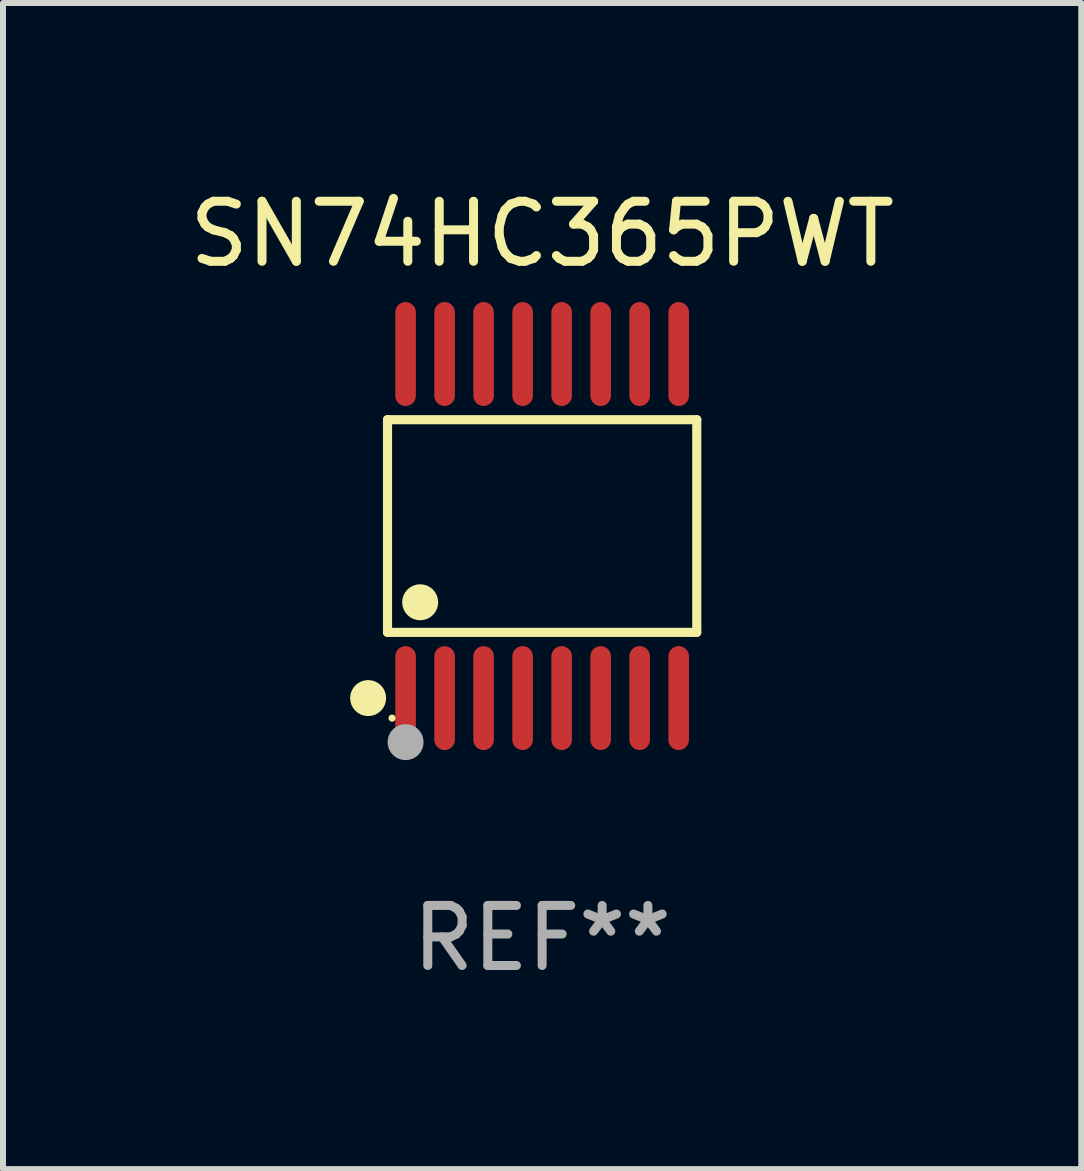
<source format=kicad_pcb>
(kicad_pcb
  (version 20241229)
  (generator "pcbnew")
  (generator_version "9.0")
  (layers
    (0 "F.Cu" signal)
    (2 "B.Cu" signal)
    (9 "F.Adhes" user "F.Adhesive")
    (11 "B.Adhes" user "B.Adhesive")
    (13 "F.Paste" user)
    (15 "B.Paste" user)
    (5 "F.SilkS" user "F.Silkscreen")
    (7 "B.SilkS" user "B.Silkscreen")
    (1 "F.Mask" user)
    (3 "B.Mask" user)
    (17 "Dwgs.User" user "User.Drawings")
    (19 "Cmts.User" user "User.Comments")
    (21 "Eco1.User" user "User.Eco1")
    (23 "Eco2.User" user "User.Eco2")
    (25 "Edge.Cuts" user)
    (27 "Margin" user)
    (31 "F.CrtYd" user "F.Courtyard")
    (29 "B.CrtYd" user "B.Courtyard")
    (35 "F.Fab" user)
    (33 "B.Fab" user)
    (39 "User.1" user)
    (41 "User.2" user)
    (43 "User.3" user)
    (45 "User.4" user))
  (footprint "SN74HC365PWT"
    (layer "F.Cu")
    (at 5.982 5.714)
    (property "Reference" "SN74HC365PWT" (at 0 -4.866 0) (layer "F.SilkS") (effects (font (size 1 1) (thickness 0.15))))
    (attr through_hole)
    (fp_line (start -2.576 -1.772) (end 2.576 -1.772) (stroke (width 0.152) (type solid)) (layer "F.SilkS"))
    (fp_line (start -2.576 1.771) (end -2.576 -1.772) (stroke (width 0.152) (type solid)) (layer "F.SilkS"))
    (fp_line (start 2.576 -1.772) (end 2.576 1.771) (stroke (width 0.152) (type solid)) (layer "F.SilkS"))
    (fp_line (start 2.576 1.771) (end -2.576 1.771) (stroke (width 0.152) (type solid)) (layer "F.SilkS"))
    (fp_circle (center -2.899 2.866) (end -2.749 2.866) (stroke (width 0.3) (type solid)) (fill no) (layer "F.SilkS"))
    (fp_circle (center -2.5 3.2) (end -2.47 3.2) (stroke (width 0.06) (type solid)) (fill no) (layer "F.SilkS"))
    (fp_circle (center -2.032 1.27) (end -1.882 1.27) (stroke (width 0.3) (type solid)) (fill no) (layer "F.SilkS"))
    (fp_circle (center -2.275 3.6) (end -2.125 3.6) (stroke (width 0.3) (type solid)) (fill no) (layer "F.Fab"))
    (fp_text user "REF**" (at 0 6.866 0) (layer "F.Fab") (effects (font (size 1 1) (thickness 0.15))))
    (pad "1" smd oval (at -2.275 2.866) (size 0.343 1.731) (layers "F.Cu" "F.Mask" "F.Paste"))
    (pad "2" smd oval (at -1.625 2.866) (size 0.343 1.731) (layers "F.Cu" "F.Mask" "F.Paste"))
    (pad "3" smd oval (at -0.975 2.866) (size 0.343 1.731) (layers "F.Cu" "F.Mask" "F.Paste"))
    (pad "4" smd oval (at -0.325 2.866) (size 0.343 1.731) (layers "F.Cu" "F.Mask" "F.Paste"))
    (pad "5" smd oval (at 0.325 2.866) (size 0.343 1.731) (layers "F.Cu" "F.Mask" "F.Paste"))
    (pad "6" smd oval (at 0.975 2.866) (size 0.343 1.731) (layers "F.Cu" "F.Mask" "F.Paste"))
    (pad "7" smd oval (at 1.625 2.866) (size 0.343 1.731) (layers "F.Cu" "F.Mask" "F.Paste"))
    (pad "8" smd oval (at 2.275 2.866) (size 0.343 1.731) (layers "F.Cu" "F.Mask" "F.Paste"))
    (pad "9" smd oval (at 2.275 -2.866) (size 0.343 1.731) (layers "F.Cu" "F.Mask" "F.Paste"))
    (pad "10" smd oval (at 1.625 -2.866) (size 0.343 1.731) (layers "F.Cu" "F.Mask" "F.Paste"))
    (pad "11" smd oval (at 0.975 -2.866) (size 0.343 1.731) (layers "F.Cu" "F.Mask" "F.Paste"))
    (pad "12" smd oval (at 0.325 -2.866) (size 0.343 1.731) (layers "F.Cu" "F.Mask" "F.Paste"))
    (pad "13" smd oval (at -0.325 -2.866) (size 0.343 1.731) (layers "F.Cu" "F.Mask" "F.Paste"))
    (pad "14" smd oval (at -0.975 -2.866) (size 0.343 1.731) (layers "F.Cu" "F.Mask" "F.Paste"))
    (pad "15" smd oval (at -1.625 -2.866) (size 0.343 1.731) (layers "F.Cu" "F.Mask" "F.Paste"))
    (pad "16" smd oval (at -2.275 -2.866) (size 0.343 1.731) (layers "F.Cu" "F.Mask" "F.Paste")))
  (gr_rect
    (start -3 -3)
    (end 14.964 16.428)
    (stroke (width 0.1) (type default))
    (fill no)
    (layer "Edge.Cuts")))
</source>
